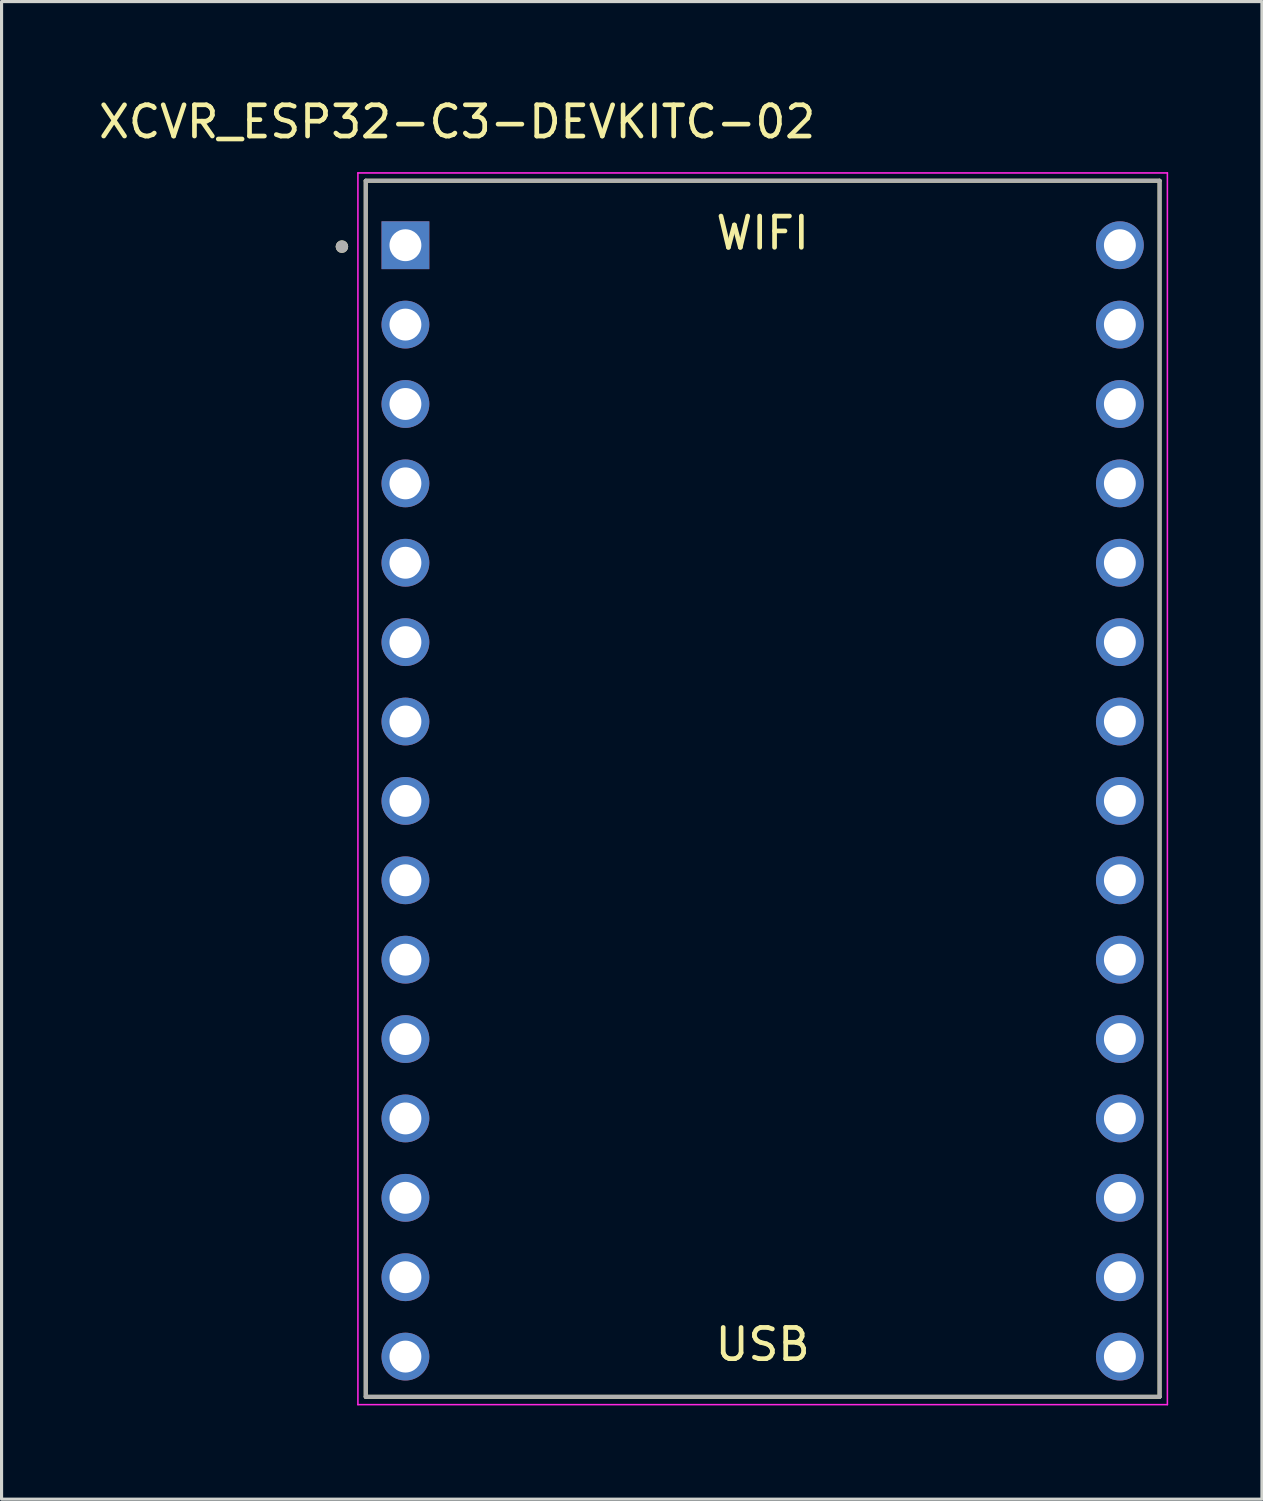
<source format=kicad_pcb>
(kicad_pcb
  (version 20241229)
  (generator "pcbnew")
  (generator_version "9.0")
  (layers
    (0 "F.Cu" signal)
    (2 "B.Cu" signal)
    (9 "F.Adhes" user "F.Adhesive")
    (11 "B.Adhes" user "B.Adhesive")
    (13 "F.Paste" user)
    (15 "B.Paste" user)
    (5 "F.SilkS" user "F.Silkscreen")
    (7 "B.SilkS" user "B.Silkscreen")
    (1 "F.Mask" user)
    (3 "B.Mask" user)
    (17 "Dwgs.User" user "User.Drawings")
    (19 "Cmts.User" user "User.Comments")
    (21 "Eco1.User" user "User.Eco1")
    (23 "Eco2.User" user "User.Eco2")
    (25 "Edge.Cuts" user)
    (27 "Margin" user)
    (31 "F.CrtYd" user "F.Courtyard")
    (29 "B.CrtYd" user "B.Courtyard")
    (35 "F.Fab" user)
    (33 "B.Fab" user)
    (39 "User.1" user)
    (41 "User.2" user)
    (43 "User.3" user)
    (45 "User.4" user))
  (footprint "XCVR_ESP32-C3-DEVKITC-02"
    (layer "F.Cu")
    (at 21.352 22.188)
    (property "Reference" "XCVR_ESP32-C3-DEVKITC-02" (at -9.775 -21.34 0) (layer "F.SilkS") (effects (font (size 1 1) (thickness 0.15))))
    (attr through_hole)
    (fp_line (start -12.7 -19.455) (end 12.7 -19.455) (stroke (width 0.127) (type solid)) (layer "F.SilkS"))
    (fp_line (start -12.7 19.455) (end -12.7 -19.455) (stroke (width 0.127) (type solid)) (layer "F.SilkS"))
    (fp_line (start 12.7 -19.455) (end 12.7 19.455) (stroke (width 0.127) (type solid)) (layer "F.SilkS"))
    (fp_line (start 12.7 19.455) (end -12.7 19.455) (stroke (width 0.127) (type solid)) (layer "F.SilkS"))
    (fp_circle (center -13.462 -17.347) (end -13.362 -17.347) (stroke (width 0.2) (type solid)) (fill no) (layer "F.SilkS"))
    (fp_line (start -12.95 -19.705) (end -12.95 19.705) (stroke (width 0.05) (type solid)) (layer "F.CrtYd"))
    (fp_line (start -12.95 19.705) (end 12.95 19.705) (stroke (width 0.05) (type solid)) (layer "F.CrtYd"))
    (fp_line (start 12.95 -19.705) (end -12.95 -19.705) (stroke (width 0.05) (type solid)) (layer "F.CrtYd"))
    (fp_line (start 12.95 19.705) (end 12.95 -19.705) (stroke (width 0.05) (type solid)) (layer "F.CrtYd"))
    (fp_line (start -12.7 -19.455) (end 12.7 -19.455) (stroke (width 0.127) (type solid)) (layer "F.Fab"))
    (fp_line (start -12.7 19.455) (end -12.7 -19.455) (stroke (width 0.127) (type solid)) (layer "F.Fab"))
    (fp_line (start 12.7 -19.455) (end 12.7 19.455) (stroke (width 0.127) (type solid)) (layer "F.Fab"))
    (fp_line (start 12.7 19.455) (end -12.7 19.455) (stroke (width 0.127) (type solid)) (layer "F.Fab"))
    (fp_circle (center -13.462 -17.347) (end -13.362 -17.347) (stroke (width 0.2) (type solid)) (fill no) (layer "F.Fab"))
    (fp_text user "WIFI" (at 0 -17.78 0) (unlocked yes) (layer "F.SilkS") (effects (font (size 1 1) (thickness 0.15))))
    (fp_text user "USB" (at 0 17.78 0) (unlocked yes) (layer "F.SilkS") (effects (font (size 1 1) (thickness 0.15))))
    (pad "1" thru_hole rect (at -11.43 -17.392) (size 1.53 1.53) (drill 1.02) (layers "*.Cu" "*.Mask"))
    (pad "2" thru_hole circle (at -11.43 -14.852) (size 1.53 1.53) (drill 1.02) (layers "*.Cu" "*.Mask"))
    (pad "3" thru_hole circle (at -11.43 -12.312) (size 1.53 1.53) (drill 1.02) (layers "*.Cu" "*.Mask"))
    (pad "4" thru_hole circle (at -11.43 -9.772) (size 1.53 1.53) (drill 1.02) (layers "*.Cu" "*.Mask"))
    (pad "5" thru_hole circle (at -11.43 -7.232) (size 1.53 1.53) (drill 1.02) (layers "*.Cu" "*.Mask"))
    (pad "6" thru_hole circle (at -11.43 -4.692) (size 1.53 1.53) (drill 1.02) (layers "*.Cu" "*.Mask"))
    (pad "7" thru_hole circle (at -11.43 -2.152) (size 1.53 1.53) (drill 1.02) (layers "*.Cu" "*.Mask"))
    (pad "8" thru_hole circle (at -11.43 0.388) (size 1.53 1.53) (drill 1.02) (layers "*.Cu" "*.Mask"))
    (pad "9" thru_hole circle (at -11.43 2.928) (size 1.53 1.53) (drill 1.02) (layers "*.Cu" "*.Mask"))
    (pad "10" thru_hole circle (at -11.43 5.468) (size 1.53 1.53) (drill 1.02) (layers "*.Cu" "*.Mask"))
    (pad "11" thru_hole circle (at -11.43 8.008) (size 1.53 1.53) (drill 1.02) (layers "*.Cu" "*.Mask"))
    (pad "12" thru_hole circle (at -11.43 10.548) (size 1.53 1.53) (drill 1.02) (layers "*.Cu" "*.Mask"))
    (pad "13" thru_hole circle (at -11.43 13.088) (size 1.53 1.53) (drill 1.02) (layers "*.Cu" "*.Mask"))
    (pad "14" thru_hole circle (at -11.43 15.628) (size 1.53 1.53) (drill 1.02) (layers "*.Cu" "*.Mask"))
    (pad "15" thru_hole circle (at -11.43 18.168) (size 1.53 1.53) (drill 1.02) (layers "*.Cu" "*.Mask"))
    (pad "16" thru_hole circle (at 11.43 18.168) (size 1.53 1.53) (drill 1.02) (layers "*.Cu" "*.Mask"))
    (pad "17" thru_hole circle (at 11.43 15.628) (size 1.53 1.53) (drill 1.02) (layers "*.Cu" "*.Mask"))
    (pad "18" thru_hole circle (at 11.43 13.088) (size 1.53 1.53) (drill 1.02) (layers "*.Cu" "*.Mask"))
    (pad "19" thru_hole circle (at 11.43 10.548) (size 1.53 1.53) (drill 1.02) (layers "*.Cu" "*.Mask"))
    (pad "20" thru_hole circle (at 11.43 8.008) (size 1.53 1.53) (drill 1.02) (layers "*.Cu" "*.Mask"))
    (pad "21" thru_hole circle (at 11.43 5.468) (size 1.53 1.53) (drill 1.02) (layers "*.Cu" "*.Mask"))
    (pad "22" thru_hole circle (at 11.43 2.928) (size 1.53 1.53) (drill 1.02) (layers "*.Cu" "*.Mask"))
    (pad "23" thru_hole circle (at 11.43 0.388) (size 1.53 1.53) (drill 1.02) (layers "*.Cu" "*.Mask"))
    (pad "24" thru_hole circle (at 11.43 -2.152) (size 1.53 1.53) (drill 1.02) (layers "*.Cu" "*.Mask"))
    (pad "25" thru_hole circle (at 11.43 -4.692) (size 1.53 1.53) (drill 1.02) (layers "*.Cu" "*.Mask"))
    (pad "26" thru_hole circle (at 11.43 -7.232) (size 1.53 1.53) (drill 1.02) (layers "*.Cu" "*.Mask"))
    (pad "27" thru_hole circle (at 11.43 -9.772) (size 1.53 1.53) (drill 1.02) (layers "*.Cu" "*.Mask"))
    (pad "28" thru_hole circle (at 11.43 -12.312) (size 1.53 1.53) (drill 1.02) (layers "*.Cu" "*.Mask"))
    (pad "29" thru_hole circle (at 11.43 -14.852) (size 1.53 1.53) (drill 1.02) (layers "*.Cu" "*.Mask"))
    (pad "30" thru_hole circle (at 11.43 -17.392) (size 1.53 1.53) (drill 1.02) (layers "*.Cu" "*.Mask")))
  (gr_rect
    (start -3 -3)
    (end 37.327 44.918)
    (stroke (width 0.1) (type default))
    (fill no)
    (layer "Edge.Cuts")))
</source>
